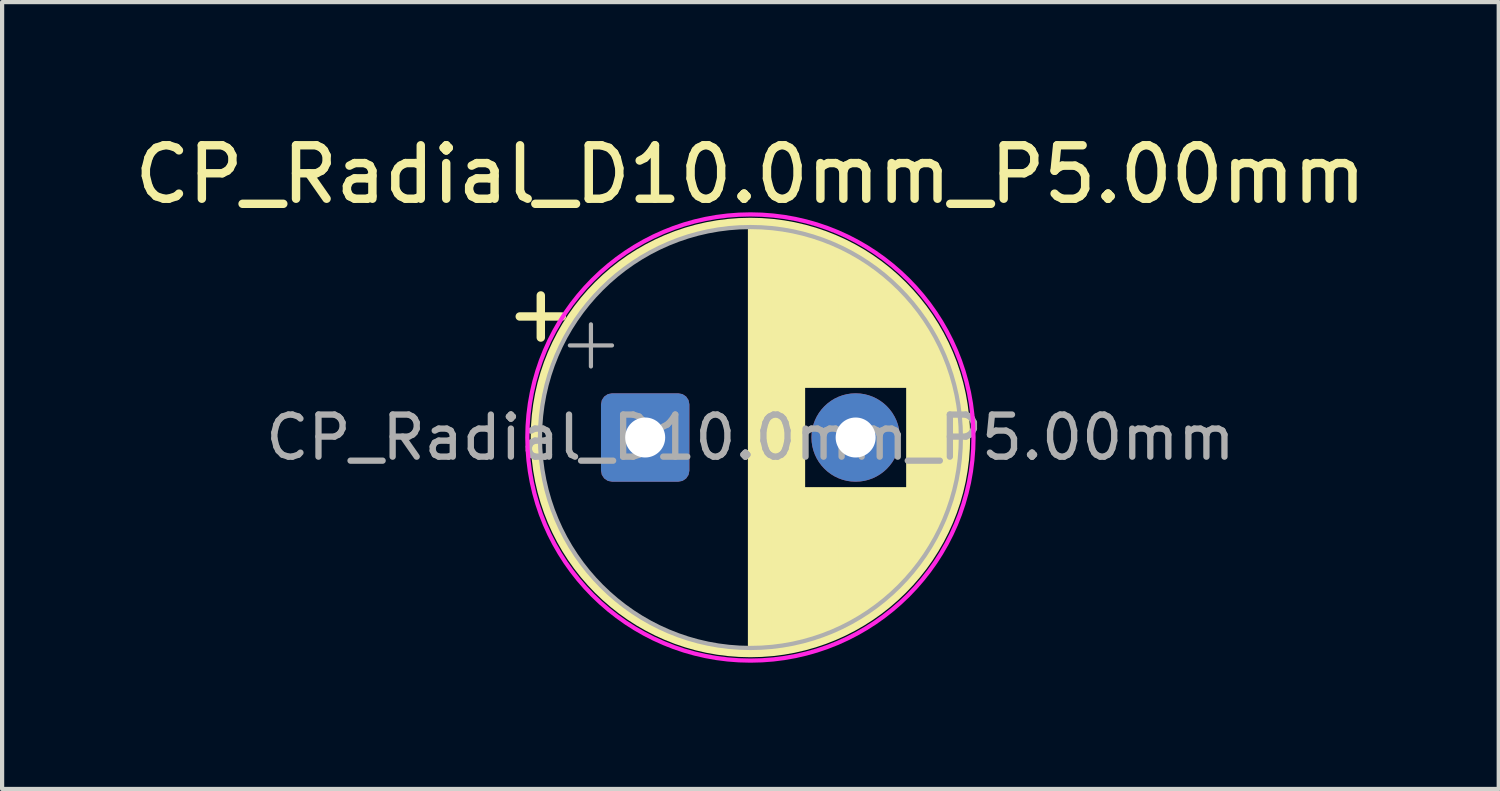
<source format=kicad_pcb>
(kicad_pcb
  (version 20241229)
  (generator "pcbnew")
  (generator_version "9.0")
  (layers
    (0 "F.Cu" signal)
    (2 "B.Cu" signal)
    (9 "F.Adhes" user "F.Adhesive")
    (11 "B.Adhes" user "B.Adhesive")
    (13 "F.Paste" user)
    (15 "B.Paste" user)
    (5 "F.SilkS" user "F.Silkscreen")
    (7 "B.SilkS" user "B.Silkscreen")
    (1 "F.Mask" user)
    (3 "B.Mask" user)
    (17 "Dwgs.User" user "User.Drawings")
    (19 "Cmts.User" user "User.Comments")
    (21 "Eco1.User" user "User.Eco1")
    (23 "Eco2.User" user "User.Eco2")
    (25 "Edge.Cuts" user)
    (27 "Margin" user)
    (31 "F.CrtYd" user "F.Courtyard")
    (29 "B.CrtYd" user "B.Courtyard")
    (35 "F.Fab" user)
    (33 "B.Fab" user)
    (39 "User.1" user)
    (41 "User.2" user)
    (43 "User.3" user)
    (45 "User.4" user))
  (footprint "CP_Radial_D10.0mm_P5.00mm"
    (layer "F.Cu")
    (at 14.778 7.344)
    (property "Reference" "CP_Radial_D10.0mm_P5.00mm" (at 0 -6.25 0) (layer "F.SilkS") (effects (font (size 1.27 1.27) (thickness 0.2))))
    (attr through_hole)
    (fp_line (start -5.48 -2.875) (end -4.48 -2.875) (stroke (width 0.2) (type solid)) (layer "F.SilkS"))
    (fp_line (start -4.98 -3.375) (end -4.98 -2.375) (stroke (width 0.2) (type solid)) (layer "F.SilkS"))
    (fp_line (start 0 -5.08) (end 0 5.08) (stroke (width 0.12) (type solid)) (layer "F.SilkS"))
    (fp_line (start 0.04 -5.08) (end 0.04 5.08) (stroke (width 0.12) (type solid)) (layer "F.SilkS"))
    (fp_line (start 0.08 -5.079) (end 0.08 5.079) (stroke (width 0.12) (type solid)) (layer "F.SilkS"))
    (fp_line (start 0.12 -5.079) (end 0.12 5.079) (stroke (width 0.12) (type solid)) (layer "F.SilkS"))
    (fp_line (start 0.16 -5.077) (end 0.16 5.077) (stroke (width 0.12) (type solid)) (layer "F.SilkS"))
    (fp_line (start 0.2 -5.076) (end 0.2 5.076) (stroke (width 0.12) (type solid)) (layer "F.SilkS"))
    (fp_line (start 0.24 -5.074) (end 0.24 5.074) (stroke (width 0.12) (type solid)) (layer "F.SilkS"))
    (fp_line (start 0.28 -5.072) (end 0.28 5.072) (stroke (width 0.12) (type solid)) (layer "F.SilkS"))
    (fp_line (start 0.32 -5.07) (end 0.32 5.07) (stroke (width 0.12) (type solid)) (layer "F.SilkS"))
    (fp_line (start 0.36 -5.067) (end 0.36 5.067) (stroke (width 0.12) (type solid)) (layer "F.SilkS"))
    (fp_line (start 0.4 -5.064) (end 0.4 5.064) (stroke (width 0.12) (type solid)) (layer "F.SilkS"))
    (fp_line (start 0.44 -5.061) (end 0.44 5.061) (stroke (width 0.12) (type solid)) (layer "F.SilkS"))
    (fp_line (start 0.48 -5.057) (end 0.48 5.057) (stroke (width 0.12) (type solid)) (layer "F.SilkS"))
    (fp_line (start 0.52 -5.054) (end 0.52 5.054) (stroke (width 0.12) (type solid)) (layer "F.SilkS"))
    (fp_line (start 0.56 -5.049) (end 0.56 5.049) (stroke (width 0.12) (type solid)) (layer "F.SilkS"))
    (fp_line (start 0.6 -5.045) (end 0.6 5.045) (stroke (width 0.12) (type solid)) (layer "F.SilkS"))
    (fp_line (start 0.64 -5.04) (end 0.64 5.04) (stroke (width 0.12) (type solid)) (layer "F.SilkS"))
    (fp_line (start 0.68 -5.035) (end 0.68 5.035) (stroke (width 0.12) (type solid)) (layer "F.SilkS"))
    (fp_line (start 0.72 -5.029) (end 0.72 5.029) (stroke (width 0.12) (type solid)) (layer "F.SilkS"))
    (fp_line (start 0.76 -5.023) (end 0.76 5.023) (stroke (width 0.12) (type solid)) (layer "F.SilkS"))
    (fp_line (start 0.8 -5.017) (end 0.8 5.017) (stroke (width 0.12) (type solid)) (layer "F.SilkS"))
    (fp_line (start 0.84 -5.011) (end 0.84 5.011) (stroke (width 0.12) (type solid)) (layer "F.SilkS"))
    (fp_line (start 0.88 -5.004) (end 0.88 5.004) (stroke (width 0.12) (type solid)) (layer "F.SilkS"))
    (fp_line (start 0.92 -4.997) (end 0.92 4.997) (stroke (width 0.12) (type solid)) (layer "F.SilkS"))
    (fp_line (start 0.96 -4.989) (end 0.96 4.989) (stroke (width 0.12) (type solid)) (layer "F.SilkS"))
    (fp_line (start 1 -4.981) (end 1 4.981) (stroke (width 0.12) (type solid)) (layer "F.SilkS"))
    (fp_line (start 1.04 -4.973) (end 1.04 4.973) (stroke (width 0.12) (type solid)) (layer "F.SilkS"))
    (fp_line (start 1.08 -4.965) (end 1.08 4.965) (stroke (width 0.12) (type solid)) (layer "F.SilkS"))
    (fp_line (start 1.12 -4.956) (end 1.12 4.956) (stroke (width 0.12) (type solid)) (layer "F.SilkS"))
    (fp_line (start 1.16 -4.947) (end 1.16 4.947) (stroke (width 0.12) (type solid)) (layer "F.SilkS"))
    (fp_line (start 1.2 -4.937) (end 1.2 4.937) (stroke (width 0.12) (type solid)) (layer "F.SilkS"))
    (fp_line (start 1.24 -4.928) (end 1.24 4.928) (stroke (width 0.12) (type solid)) (layer "F.SilkS"))
    (fp_line (start 1.28 -4.917) (end 1.28 -1.24) (stroke (width 0.12) (type solid)) (layer "F.SilkS"))
    (fp_line (start 1.28 1.24) (end 1.28 4.917) (stroke (width 0.12) (type solid)) (layer "F.SilkS"))
    (fp_line (start 1.32 -4.907) (end 1.32 -1.24) (stroke (width 0.12) (type solid)) (layer "F.SilkS"))
    (fp_line (start 1.32 1.24) (end 1.32 4.907) (stroke (width 0.12) (type solid)) (layer "F.SilkS"))
    (fp_line (start 1.36 -4.896) (end 1.36 -1.24) (stroke (width 0.12) (type solid)) (layer "F.SilkS"))
    (fp_line (start 1.36 1.24) (end 1.36 4.896) (stroke (width 0.12) (type solid)) (layer "F.SilkS"))
    (fp_line (start 1.4 -4.885) (end 1.4 -1.24) (stroke (width 0.12) (type solid)) (layer "F.SilkS"))
    (fp_line (start 1.4 1.24) (end 1.4 4.885) (stroke (width 0.12) (type solid)) (layer "F.SilkS"))
    (fp_line (start 1.44 -4.873) (end 1.44 -1.24) (stroke (width 0.12) (type solid)) (layer "F.SilkS"))
    (fp_line (start 1.44 1.24) (end 1.44 4.873) (stroke (width 0.12) (type solid)) (layer "F.SilkS"))
    (fp_line (start 1.48 -4.861) (end 1.48 -1.24) (stroke (width 0.12) (type solid)) (layer "F.SilkS"))
    (fp_line (start 1.48 1.24) (end 1.48 4.861) (stroke (width 0.12) (type solid)) (layer "F.SilkS"))
    (fp_line (start 1.52 -4.849) (end 1.52 -1.24) (stroke (width 0.12) (type solid)) (layer "F.SilkS"))
    (fp_line (start 1.52 1.24) (end 1.52 4.849) (stroke (width 0.12) (type solid)) (layer "F.SilkS"))
    (fp_line (start 1.56 -4.837) (end 1.56 -1.24) (stroke (width 0.12) (type solid)) (layer "F.SilkS"))
    (fp_line (start 1.56 1.24) (end 1.56 4.837) (stroke (width 0.12) (type solid)) (layer "F.SilkS"))
    (fp_line (start 1.6 -4.824) (end 1.6 -1.24) (stroke (width 0.12) (type solid)) (layer "F.SilkS"))
    (fp_line (start 1.6 1.24) (end 1.6 4.824) (stroke (width 0.12) (type solid)) (layer "F.SilkS"))
    (fp_line (start 1.64 -4.81) (end 1.64 -1.24) (stroke (width 0.12) (type solid)) (layer "F.SilkS"))
    (fp_line (start 1.64 1.24) (end 1.64 4.81) (stroke (width 0.12) (type solid)) (layer "F.SilkS"))
    (fp_line (start 1.68 -4.797) (end 1.68 -1.24) (stroke (width 0.12) (type solid)) (layer "F.SilkS"))
    (fp_line (start 1.68 1.24) (end 1.68 4.797) (stroke (width 0.12) (type solid)) (layer "F.SilkS"))
    (fp_line (start 1.72 -4.782) (end 1.72 -1.24) (stroke (width 0.12) (type solid)) (layer "F.SilkS"))
    (fp_line (start 1.72 1.24) (end 1.72 4.782) (stroke (width 0.12) (type solid)) (layer "F.SilkS"))
    (fp_line (start 1.76 -4.768) (end 1.76 -1.24) (stroke (width 0.12) (type solid)) (layer "F.SilkS"))
    (fp_line (start 1.76 1.24) (end 1.76 4.768) (stroke (width 0.12) (type solid)) (layer "F.SilkS"))
    (fp_line (start 1.8 -4.753) (end 1.8 -1.24) (stroke (width 0.12) (type solid)) (layer "F.SilkS"))
    (fp_line (start 1.8 1.24) (end 1.8 4.753) (stroke (width 0.12) (type solid)) (layer "F.SilkS"))
    (fp_line (start 1.84 -4.738) (end 1.84 -1.24) (stroke (width 0.12) (type solid)) (layer "F.SilkS"))
    (fp_line (start 1.84 1.24) (end 1.84 4.738) (stroke (width 0.12) (type solid)) (layer "F.SilkS"))
    (fp_line (start 1.88 -4.722) (end 1.88 -1.24) (stroke (width 0.12) (type solid)) (layer "F.SilkS"))
    (fp_line (start 1.88 1.24) (end 1.88 4.722) (stroke (width 0.12) (type solid)) (layer "F.SilkS"))
    (fp_line (start 1.92 -4.706) (end 1.92 -1.24) (stroke (width 0.12) (type solid)) (layer "F.SilkS"))
    (fp_line (start 1.92 1.24) (end 1.92 4.706) (stroke (width 0.12) (type solid)) (layer "F.SilkS"))
    (fp_line (start 1.96 -4.69) (end 1.96 -1.24) (stroke (width 0.12) (type solid)) (layer "F.SilkS"))
    (fp_line (start 1.96 1.24) (end 1.96 4.69) (stroke (width 0.12) (type solid)) (layer "F.SilkS"))
    (fp_line (start 2 -4.673) (end 2 -1.24) (stroke (width 0.12) (type solid)) (layer "F.SilkS"))
    (fp_line (start 2 1.24) (end 2 4.673) (stroke (width 0.12) (type solid)) (layer "F.SilkS"))
    (fp_line (start 2.04 -4.656) (end 2.04 -1.24) (stroke (width 0.12) (type solid)) (layer "F.SilkS"))
    (fp_line (start 2.04 1.24) (end 2.04 4.656) (stroke (width 0.12) (type solid)) (layer "F.SilkS"))
    (fp_line (start 2.08 -4.638) (end 2.08 -1.24) (stroke (width 0.12) (type solid)) (layer "F.SilkS"))
    (fp_line (start 2.08 1.24) (end 2.08 4.638) (stroke (width 0.12) (type solid)) (layer "F.SilkS"))
    (fp_line (start 2.12 -4.62) (end 2.12 -1.24) (stroke (width 0.12) (type solid)) (layer "F.SilkS"))
    (fp_line (start 2.12 1.24) (end 2.12 4.62) (stroke (width 0.12) (type solid)) (layer "F.SilkS"))
    (fp_line (start 2.16 -4.602) (end 2.16 -1.24) (stroke (width 0.12) (type solid)) (layer "F.SilkS"))
    (fp_line (start 2.16 1.24) (end 2.16 4.602) (stroke (width 0.12) (type solid)) (layer "F.SilkS"))
    (fp_line (start 2.2 -4.583) (end 2.2 -1.24) (stroke (width 0.12) (type solid)) (layer "F.SilkS"))
    (fp_line (start 2.2 1.24) (end 2.2 4.583) (stroke (width 0.12) (type solid)) (layer "F.SilkS"))
    (fp_line (start 2.24 -4.564) (end 2.24 -1.24) (stroke (width 0.12) (type solid)) (layer "F.SilkS"))
    (fp_line (start 2.24 1.24) (end 2.24 4.564) (stroke (width 0.12) (type solid)) (layer "F.SilkS"))
    (fp_line (start 2.28 -4.544) (end 2.28 -1.24) (stroke (width 0.12) (type solid)) (layer "F.SilkS"))
    (fp_line (start 2.28 1.24) (end 2.28 4.544) (stroke (width 0.12) (type solid)) (layer "F.SilkS"))
    (fp_line (start 2.32 -4.524) (end 2.32 -1.24) (stroke (width 0.12) (type solid)) (layer "F.SilkS"))
    (fp_line (start 2.32 1.24) (end 2.32 4.524) (stroke (width 0.12) (type solid)) (layer "F.SilkS"))
    (fp_line (start 2.36 -4.504) (end 2.36 -1.24) (stroke (width 0.12) (type solid)) (layer "F.SilkS"))
    (fp_line (start 2.36 1.24) (end 2.36 4.504) (stroke (width 0.12) (type solid)) (layer "F.SilkS"))
    (fp_line (start 2.4 -4.483) (end 2.4 -1.24) (stroke (width 0.12) (type solid)) (layer "F.SilkS"))
    (fp_line (start 2.4 1.24) (end 2.4 4.483) (stroke (width 0.12) (type solid)) (layer "F.SilkS"))
    (fp_line (start 2.44 -4.461) (end 2.44 -1.24) (stroke (width 0.12) (type solid)) (layer "F.SilkS"))
    (fp_line (start 2.44 1.24) (end 2.44 4.461) (stroke (width 0.12) (type solid)) (layer "F.SilkS"))
    (fp_line (start 2.48 -4.439) (end 2.48 -1.24) (stroke (width 0.12) (type solid)) (layer "F.SilkS"))
    (fp_line (start 2.48 1.24) (end 2.48 4.439) (stroke (width 0.12) (type solid)) (layer "F.SilkS"))
    (fp_line (start 2.52 -4.417) (end 2.52 -1.24) (stroke (width 0.12) (type solid)) (layer "F.SilkS"))
    (fp_line (start 2.52 1.24) (end 2.52 4.417) (stroke (width 0.12) (type solid)) (layer "F.SilkS"))
    (fp_line (start 2.56 -4.394) (end 2.56 -1.24) (stroke (width 0.12) (type solid)) (layer "F.SilkS"))
    (fp_line (start 2.56 1.24) (end 2.56 4.394) (stroke (width 0.12) (type solid)) (layer "F.SilkS"))
    (fp_line (start 2.6 -4.371) (end 2.6 -1.24) (stroke (width 0.12) (type solid)) (layer "F.SilkS"))
    (fp_line (start 2.6 1.24) (end 2.6 4.371) (stroke (width 0.12) (type solid)) (layer "F.SilkS"))
    (fp_line (start 2.64 -4.347) (end 2.64 -1.24) (stroke (width 0.12) (type solid)) (layer "F.SilkS"))
    (fp_line (start 2.64 1.24) (end 2.64 4.347) (stroke (width 0.12) (type solid)) (layer "F.SilkS"))
    (fp_line (start 2.68 -4.323) (end 2.68 -1.24) (stroke (width 0.12) (type solid)) (layer "F.SilkS"))
    (fp_line (start 2.68 1.24) (end 2.68 4.323) (stroke (width 0.12) (type solid)) (layer "F.SilkS"))
    (fp_line (start 2.72 -4.298) (end 2.72 -1.24) (stroke (width 0.12) (type solid)) (layer "F.SilkS"))
    (fp_line (start 2.72 1.24) (end 2.72 4.298) (stroke (width 0.12) (type solid)) (layer "F.SilkS"))
    (fp_line (start 2.76 -4.272) (end 2.76 -1.24) (stroke (width 0.12) (type solid)) (layer "F.SilkS"))
    (fp_line (start 2.76 1.24) (end 2.76 4.272) (stroke (width 0.12) (type solid)) (layer "F.SilkS"))
    (fp_line (start 2.8 -4.247) (end 2.8 -1.24) (stroke (width 0.12) (type solid)) (layer "F.SilkS"))
    (fp_line (start 2.8 1.24) (end 2.8 4.247) (stroke (width 0.12) (type solid)) (layer "F.SilkS"))
    (fp_line (start 2.84 -4.22) (end 2.84 -1.24) (stroke (width 0.12) (type solid)) (layer "F.SilkS"))
    (fp_line (start 2.84 1.24) (end 2.84 4.22) (stroke (width 0.12) (type solid)) (layer "F.SilkS"))
    (fp_line (start 2.88 -4.193) (end 2.88 -1.24) (stroke (width 0.12) (type solid)) (layer "F.SilkS"))
    (fp_line (start 2.88 1.24) (end 2.88 4.193) (stroke (width 0.12) (type solid)) (layer "F.SilkS"))
    (fp_line (start 2.92 -4.166) (end 2.92 -1.24) (stroke (width 0.12) (type solid)) (layer "F.SilkS"))
    (fp_line (start 2.92 1.24) (end 2.92 4.166) (stroke (width 0.12) (type solid)) (layer "F.SilkS"))
    (fp_line (start 2.96 -4.138) (end 2.96 -1.24) (stroke (width 0.12) (type solid)) (layer "F.SilkS"))
    (fp_line (start 2.96 1.24) (end 2.96 4.138) (stroke (width 0.12) (type solid)) (layer "F.SilkS"))
    (fp_line (start 3 -4.109) (end 3 -1.24) (stroke (width 0.12) (type solid)) (layer "F.SilkS"))
    (fp_line (start 3 1.24) (end 3 4.109) (stroke (width 0.12) (type solid)) (layer "F.SilkS"))
    (fp_line (start 3.04 -4.08) (end 3.04 -1.24) (stroke (width 0.12) (type solid)) (layer "F.SilkS"))
    (fp_line (start 3.04 1.24) (end 3.04 4.08) (stroke (width 0.12) (type solid)) (layer "F.SilkS"))
    (fp_line (start 3.08 -4.05) (end 3.08 -1.24) (stroke (width 0.12) (type solid)) (layer "F.SilkS"))
    (fp_line (start 3.08 1.24) (end 3.08 4.05) (stroke (width 0.12) (type solid)) (layer "F.SilkS"))
    (fp_line (start 3.12 -4.02) (end 3.12 -1.24) (stroke (width 0.12) (type solid)) (layer "F.SilkS"))
    (fp_line (start 3.12 1.24) (end 3.12 4.02) (stroke (width 0.12) (type solid)) (layer "F.SilkS"))
    (fp_line (start 3.16 -3.988) (end 3.16 -1.24) (stroke (width 0.12) (type solid)) (layer "F.SilkS"))
    (fp_line (start 3.16 1.24) (end 3.16 3.988) (stroke (width 0.12) (type solid)) (layer "F.SilkS"))
    (fp_line (start 3.2 -3.957) (end 3.2 -1.24) (stroke (width 0.12) (type solid)) (layer "F.SilkS"))
    (fp_line (start 3.2 1.24) (end 3.2 3.957) (stroke (width 0.12) (type solid)) (layer "F.SilkS"))
    (fp_line (start 3.24 -3.924) (end 3.24 -1.24) (stroke (width 0.12) (type solid)) (layer "F.SilkS"))
    (fp_line (start 3.24 1.24) (end 3.24 3.924) (stroke (width 0.12) (type solid)) (layer "F.SilkS"))
    (fp_line (start 3.28 -3.891) (end 3.28 -1.24) (stroke (width 0.12) (type solid)) (layer "F.SilkS"))
    (fp_line (start 3.28 1.24) (end 3.28 3.891) (stroke (width 0.12) (type solid)) (layer "F.SilkS"))
    (fp_line (start 3.32 -3.858) (end 3.32 -1.24) (stroke (width 0.12) (type solid)) (layer "F.SilkS"))
    (fp_line (start 3.32 1.24) (end 3.32 3.858) (stroke (width 0.12) (type solid)) (layer "F.SilkS"))
    (fp_line (start 3.36 -3.823) (end 3.36 -1.24) (stroke (width 0.12) (type solid)) (layer "F.SilkS"))
    (fp_line (start 3.36 1.24) (end 3.36 3.823) (stroke (width 0.12) (type solid)) (layer "F.SilkS"))
    (fp_line (start 3.4 -3.788) (end 3.4 -1.24) (stroke (width 0.12) (type solid)) (layer "F.SilkS"))
    (fp_line (start 3.4 1.24) (end 3.4 3.788) (stroke (width 0.12) (type solid)) (layer "F.SilkS"))
    (fp_line (start 3.44 -3.752) (end 3.44 -1.24) (stroke (width 0.12) (type solid)) (layer "F.SilkS"))
    (fp_line (start 3.44 1.24) (end 3.44 3.752) (stroke (width 0.12) (type solid)) (layer "F.SilkS"))
    (fp_line (start 3.48 -3.716) (end 3.48 -1.24) (stroke (width 0.12) (type solid)) (layer "F.SilkS"))
    (fp_line (start 3.48 1.24) (end 3.48 3.716) (stroke (width 0.12) (type solid)) (layer "F.SilkS"))
    (fp_line (start 3.52 -3.678) (end 3.52 -1.24) (stroke (width 0.12) (type solid)) (layer "F.SilkS"))
    (fp_line (start 3.52 1.24) (end 3.52 3.678) (stroke (width 0.12) (type solid)) (layer "F.SilkS"))
    (fp_line (start 3.56 -3.64) (end 3.56 -1.24) (stroke (width 0.12) (type solid)) (layer "F.SilkS"))
    (fp_line (start 3.56 1.24) (end 3.56 3.64) (stroke (width 0.12) (type solid)) (layer "F.SilkS"))
    (fp_line (start 3.6 -3.601) (end 3.6 -1.24) (stroke (width 0.12) (type solid)) (layer "F.SilkS"))
    (fp_line (start 3.6 1.24) (end 3.6 3.601) (stroke (width 0.12) (type solid)) (layer "F.SilkS"))
    (fp_line (start 3.64 -3.561) (end 3.64 -1.24) (stroke (width 0.12) (type solid)) (layer "F.SilkS"))
    (fp_line (start 3.64 1.24) (end 3.64 3.561) (stroke (width 0.12) (type solid)) (layer "F.SilkS"))
    (fp_line (start 3.68 -3.52) (end 3.68 -1.24) (stroke (width 0.12) (type solid)) (layer "F.SilkS"))
    (fp_line (start 3.68 1.24) (end 3.68 3.52) (stroke (width 0.12) (type solid)) (layer "F.SilkS"))
    (fp_line (start 3.72 -3.478) (end 3.72 -1.24) (stroke (width 0.12) (type solid)) (layer "F.SilkS"))
    (fp_line (start 3.72 1.24) (end 3.72 3.478) (stroke (width 0.12) (type solid)) (layer "F.SilkS"))
    (fp_line (start 3.76 -3.435) (end 3.76 3.435) (stroke (width 0.12) (type solid)) (layer "F.SilkS"))
    (fp_line (start 3.8 -3.391) (end 3.8 3.391) (stroke (width 0.12) (type solid)) (layer "F.SilkS"))
    (fp_line (start 3.84 -3.347) (end 3.84 3.347) (stroke (width 0.12) (type solid)) (layer "F.SilkS"))
    (fp_line (start 3.88 -3.301) (end 3.88 3.301) (stroke (width 0.12) (type solid)) (layer "F.SilkS"))
    (fp_line (start 3.92 -3.254) (end 3.92 3.254) (stroke (width 0.12) (type solid)) (layer "F.SilkS"))
    (fp_line (start 3.96 -3.205) (end 3.96 3.205) (stroke (width 0.12) (type solid)) (layer "F.SilkS"))
    (fp_line (start 4 -3.156) (end 4 3.156) (stroke (width 0.12) (type solid)) (layer "F.SilkS"))
    (fp_line (start 4.04 -3.105) (end 4.04 3.105) (stroke (width 0.12) (type solid)) (layer "F.SilkS"))
    (fp_line (start 4.08 -3.053) (end 4.08 3.053) (stroke (width 0.12) (type solid)) (layer "F.SilkS"))
    (fp_line (start 4.12 -3) (end 4.12 3) (stroke (width 0.12) (type solid)) (layer "F.SilkS"))
    (fp_line (start 4.16 -2.945) (end 4.16 2.945) (stroke (width 0.12) (type solid)) (layer "F.SilkS"))
    (fp_line (start 4.2 -2.888) (end 4.2 2.888) (stroke (width 0.12) (type solid)) (layer "F.SilkS"))
    (fp_line (start 4.24 -2.83) (end 4.24 2.83) (stroke (width 0.12) (type solid)) (layer "F.SilkS"))
    (fp_line (start 4.28 -2.77) (end 4.28 2.77) (stroke (width 0.12) (type solid)) (layer "F.SilkS"))
    (fp_line (start 4.32 -2.708) (end 4.32 2.708) (stroke (width 0.12) (type solid)) (layer "F.SilkS"))
    (fp_line (start 4.36 -2.644) (end 4.36 2.644) (stroke (width 0.12) (type solid)) (layer "F.SilkS"))
    (fp_line (start 4.4 -2.578) (end 4.4 2.578) (stroke (width 0.12) (type solid)) (layer "F.SilkS"))
    (fp_line (start 4.44 -2.51) (end 4.44 2.51) (stroke (width 0.12) (type solid)) (layer "F.SilkS"))
    (fp_line (start 4.48 -2.439) (end 4.48 2.439) (stroke (width 0.12) (type solid)) (layer "F.SilkS"))
    (fp_line (start 4.52 -2.365) (end 4.52 2.365) (stroke (width 0.12) (type solid)) (layer "F.SilkS"))
    (fp_line (start 4.56 -2.288) (end 4.56 2.288) (stroke (width 0.12) (type solid)) (layer "F.SilkS"))
    (fp_line (start 4.6 -2.208) (end 4.6 2.208) (stroke (width 0.12) (type solid)) (layer "F.SilkS"))
    (fp_line (start 4.64 -2.124) (end 4.64 2.124) (stroke (width 0.12) (type solid)) (layer "F.SilkS"))
    (fp_line (start 4.68 -2.037) (end 4.68 2.037) (stroke (width 0.12) (type solid)) (layer "F.SilkS"))
    (fp_line (start 4.72 -1.944) (end 4.72 1.944) (stroke (width 0.12) (type solid)) (layer "F.SilkS"))
    (fp_line (start 4.76 -1.846) (end 4.76 1.846) (stroke (width 0.12) (type solid)) (layer "F.SilkS"))
    (fp_line (start 4.8 -1.742) (end 4.8 1.742) (stroke (width 0.12) (type solid)) (layer "F.SilkS"))
    (fp_line (start 4.84 -1.63) (end 4.84 1.63) (stroke (width 0.12) (type solid)) (layer "F.SilkS"))
    (fp_line (start 4.88 -1.509) (end 4.88 1.509) (stroke (width 0.12) (type solid)) (layer "F.SilkS"))
    (fp_line (start 4.92 -1.377) (end 4.92 1.377) (stroke (width 0.12) (type solid)) (layer "F.SilkS"))
    (fp_line (start 4.96 -1.23) (end 4.96 1.23) (stroke (width 0.12) (type solid)) (layer "F.SilkS"))
    (fp_line (start 5 -1.062) (end 5 1.062) (stroke (width 0.12) (type solid)) (layer "F.SilkS"))
    (fp_line (start 5.04 -0.862) (end 5.04 0.862) (stroke (width 0.12) (type solid)) (layer "F.SilkS"))
    (fp_line (start 5.08 -0.599) (end 5.08 0.599) (stroke (width 0.12) (type solid)) (layer "F.SilkS"))
    (fp_circle (center 0 0) (end 5.12 0) (stroke (width 0.2) (type solid)) (fill no) (layer "F.SilkS"))
    (fp_circle (center 0 0) (end 5.3 0) (stroke (width 0.1) (type solid)) (fill no) (layer "F.CrtYd"))
    (fp_line (start -4.289 -2.188) (end -3.289 -2.188) (stroke (width 0.1) (type solid)) (layer "F.Fab"))
    (fp_line (start -3.789 -2.688) (end -3.789 -1.688) (stroke (width 0.1) (type solid)) (layer "F.Fab"))
    (fp_circle (center 0 0) (end 5 0) (stroke (width 0.1) (type solid)) (fill no) (layer "F.Fab"))
    (fp_text user "${REFERENCE}" (at 0 0 0) (layer "F.Fab") (effects (font (size 1 1) (thickness 0.15))))
    (pad "1" thru_hole roundrect (at -2.5 0) (size 2.1 2.1) (drill 0.95) (layers "*.Cu" "*.Mask") (roundrect_rratio 0.125))
    (pad "2" thru_hole circle (at 2.5 0) (size 2.1 2.1) (drill 0.95) (layers "*.Cu" "*.Mask")))
  (gr_rect
    (start -3 -3)
    (end 32.556 15.694)
    (stroke (width 0.1) (type default))
    (fill no)
    (layer "Edge.Cuts")))
</source>
